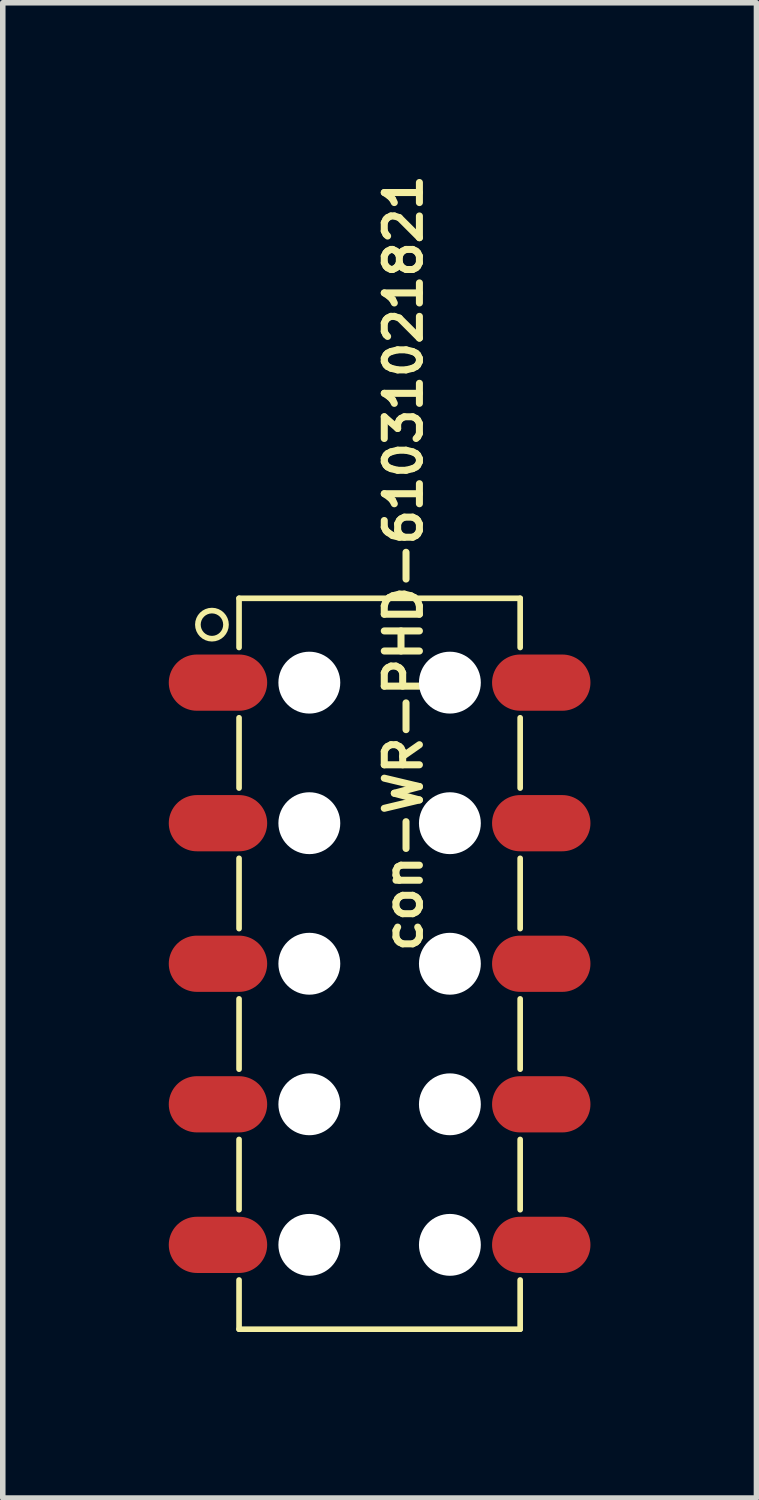
<source format=kicad_pcb>
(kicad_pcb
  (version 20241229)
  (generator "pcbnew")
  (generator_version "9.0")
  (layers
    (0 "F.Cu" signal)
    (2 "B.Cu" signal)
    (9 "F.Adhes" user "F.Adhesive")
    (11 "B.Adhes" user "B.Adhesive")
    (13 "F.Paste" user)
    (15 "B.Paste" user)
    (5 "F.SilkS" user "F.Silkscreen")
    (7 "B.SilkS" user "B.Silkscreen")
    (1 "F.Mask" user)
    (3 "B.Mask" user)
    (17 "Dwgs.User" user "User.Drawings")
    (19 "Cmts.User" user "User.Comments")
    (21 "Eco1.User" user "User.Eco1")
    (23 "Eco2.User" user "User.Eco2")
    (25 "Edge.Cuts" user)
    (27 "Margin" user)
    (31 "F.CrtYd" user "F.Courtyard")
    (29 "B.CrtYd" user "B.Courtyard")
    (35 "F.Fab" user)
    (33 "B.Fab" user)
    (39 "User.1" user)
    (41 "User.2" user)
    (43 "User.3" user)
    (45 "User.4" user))
  (footprint "con-WR-PHD-61031021821"
    (layer "F.Cu")
    (at 3.81 14.366)
    (property "Reference" "con-WR-PHD-61031021821" (at 0.432 -7.239 90) (layer "F.SilkS") (effects (font (size 0.635 0.635) (thickness 0.127))))
    (attr smd)
    (fp_line (start -2.54 -6.604) (end -2.54 -5.715) (stroke (width 0.102) (type solid)) (layer "F.SilkS"))
    (fp_line (start -2.54 -4.445) (end -2.54 -3.175) (stroke (width 0.102) (type solid)) (layer "F.SilkS"))
    (fp_line (start -2.54 -1.905) (end -2.54 -0.635) (stroke (width 0.102) (type solid)) (layer "F.SilkS"))
    (fp_line (start -2.54 0.635) (end -2.54 1.905) (stroke (width 0.102) (type solid)) (layer "F.SilkS"))
    (fp_line (start -2.54 3.175) (end -2.54 4.445) (stroke (width 0.102) (type solid)) (layer "F.SilkS"))
    (fp_line (start -2.54 5.715) (end -2.54 6.604) (stroke (width 0.102) (type solid)) (layer "F.SilkS"))
    (fp_line (start -2.54 6.604) (end 2.54 6.604) (stroke (width 0.102) (type solid)) (layer "F.SilkS"))
    (fp_line (start 2.54 -6.604) (end -2.54 -6.604) (stroke (width 0.102) (type solid)) (layer "F.SilkS"))
    (fp_line (start 2.54 -6.604) (end 2.54 -5.715) (stroke (width 0.102) (type solid)) (layer "F.SilkS"))
    (fp_line (start 2.54 -3.175) (end 2.54 -4.445) (stroke (width 0.102) (type solid)) (layer "F.SilkS"))
    (fp_line (start 2.54 -0.635) (end 2.54 -1.905) (stroke (width 0.102) (type solid)) (layer "F.SilkS"))
    (fp_line (start 2.54 1.905) (end 2.54 0.635) (stroke (width 0.102) (type solid)) (layer "F.SilkS"))
    (fp_line (start 2.54 4.445) (end 2.54 3.175) (stroke (width 0.102) (type solid)) (layer "F.SilkS"))
    (fp_line (start 2.54 6.604) (end 2.54 5.715) (stroke (width 0.102) (type solid)) (layer "F.SilkS"))
    (fp_circle (center -3.03 -6.128) (end -2.776 -6.128) (stroke (width 0.102) (type solid)) (fill no) (layer "F.SilkS"))
    (pad "" np_thru_hole circle (at -1.27 -5.08) (size 1.118 1.118) (drill 1.118) (layers "*.Cu" "*.Mask"))
    (pad "" np_thru_hole circle (at -1.27 -2.54) (size 1.118 1.118) (drill 1.118) (layers "*.Cu" "*.Mask"))
    (pad "" np_thru_hole circle (at -1.27 0) (size 1.118 1.118) (drill 1.118) (layers "*.Cu" "*.Mask"))
    (pad "" np_thru_hole circle (at -1.27 2.54) (size 1.118 1.118) (drill 1.118) (layers "*.Cu" "*.Mask"))
    (pad "" np_thru_hole circle (at -1.27 5.08) (size 1.118 1.118) (drill 1.118) (layers "*.Cu" "*.Mask"))
    (pad "" np_thru_hole circle (at 1.27 -5.08) (size 1.118 1.118) (drill 1.118) (layers "*.Cu" "*.Mask"))
    (pad "" np_thru_hole circle (at 1.27 -2.54) (size 1.118 1.118) (drill 1.118) (layers "*.Cu" "*.Mask"))
    (pad "" np_thru_hole circle (at 1.27 0) (size 1.118 1.118) (drill 1.118) (layers "*.Cu" "*.Mask"))
    (pad "" np_thru_hole circle (at 1.27 2.54) (size 1.118 1.118) (drill 1.118) (layers "*.Cu" "*.Mask"))
    (pad "" np_thru_hole circle (at 1.27 5.08) (size 1.118 1.118) (drill 1.118) (layers "*.Cu" "*.Mask"))
    (pad "1" smd oval (at -2.921 -5.08) (size 1.778 1.016) (layers "F.Cu" "F.Mask" "F.Paste"))
    (pad "2" smd oval (at 2.921 -5.08) (size 1.778 1.016) (layers "F.Cu" "F.Mask" "F.Paste"))
    (pad "3" smd oval (at -2.921 -2.54) (size 1.778 1.016) (layers "F.Cu" "F.Mask" "F.Paste"))
    (pad "4" smd oval (at 2.921 -2.54) (size 1.778 1.016) (layers "F.Cu" "F.Mask" "F.Paste"))
    (pad "5" smd oval (at -2.921 0) (size 1.778 1.016) (layers "F.Cu" "F.Mask" "F.Paste"))
    (pad "6" smd oval (at 2.921 0) (size 1.778 1.016) (layers "F.Cu" "F.Mask" "F.Paste"))
    (pad "7" smd oval (at -2.921 2.54) (size 1.778 1.016) (layers "F.Cu" "F.Mask" "F.Paste"))
    (pad "8" smd oval (at 2.921 2.54) (size 1.778 1.016) (layers "F.Cu" "F.Mask" "F.Paste"))
    (pad "9" smd oval (at -2.921 5.08) (size 1.778 1.016) (layers "F.Cu" "F.Mask" "F.Paste"))
    (pad "10" smd oval (at 2.921 5.08) (size 1.778 1.016) (layers "F.Cu" "F.Mask" "F.Paste")))
  (gr_rect
    (start -3 -3)
    (end 10.62 24.021)
    (stroke (width 0.1) (type default))
    (fill no)
    (layer "Edge.Cuts")))
</source>
